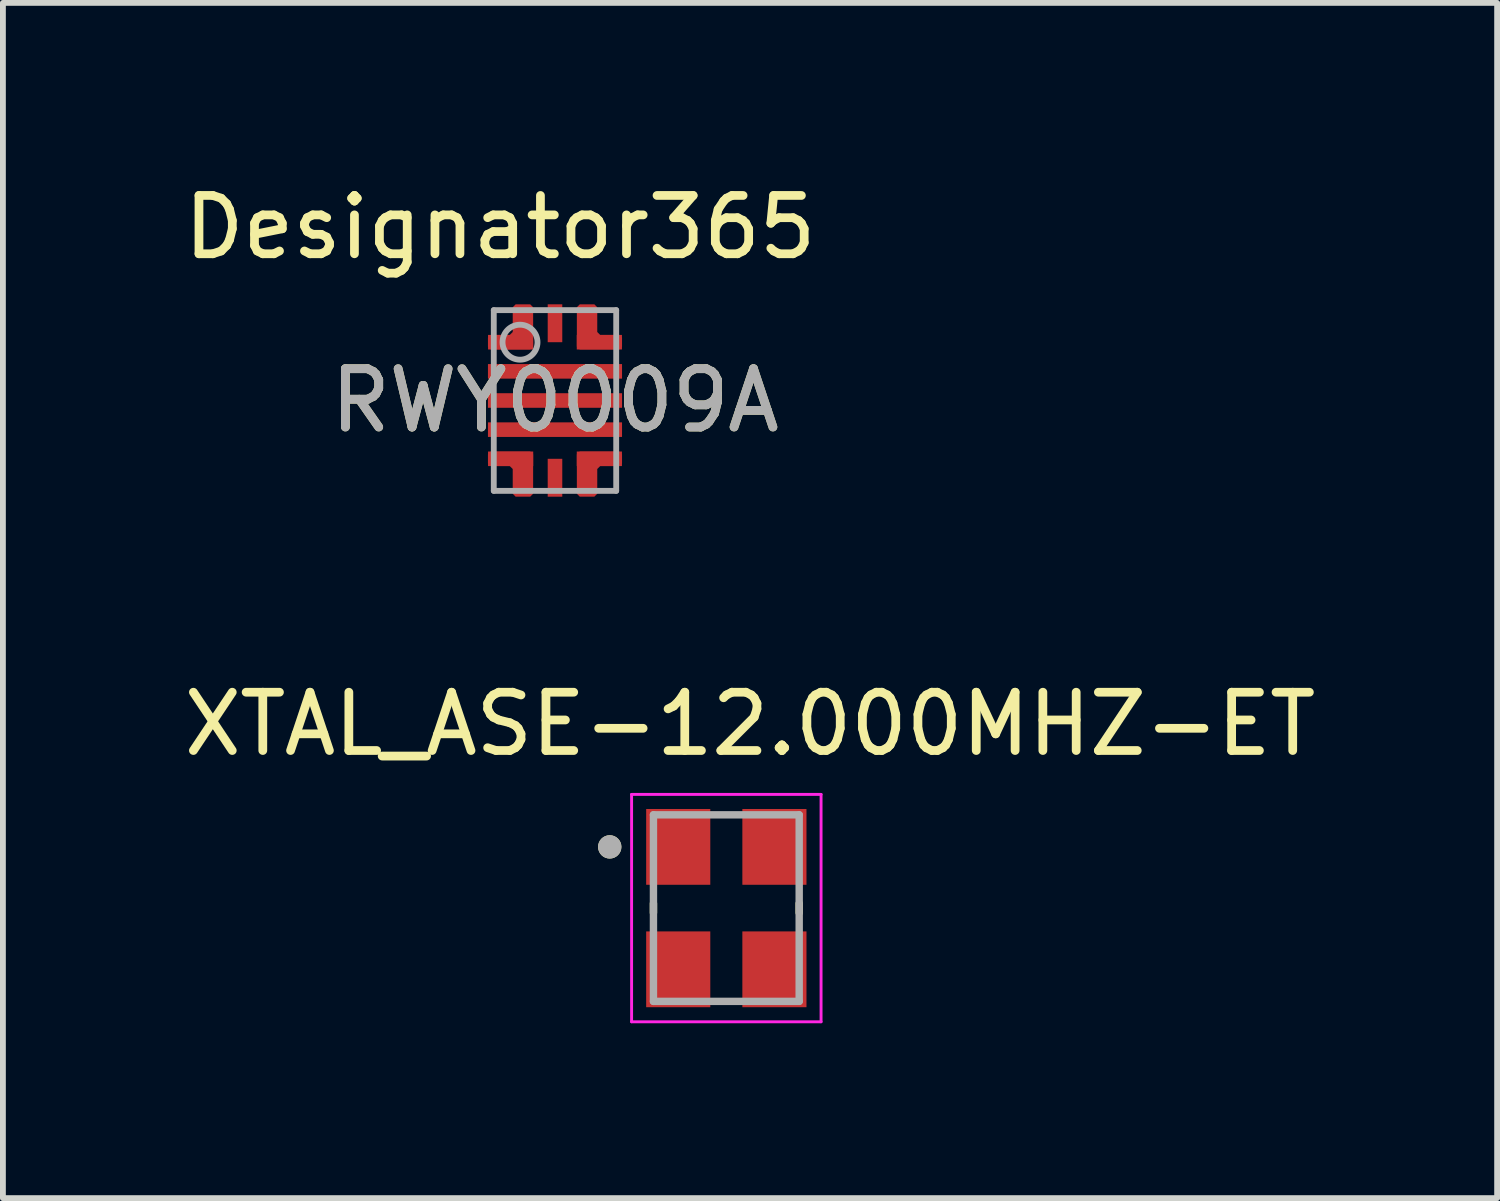
<source format=kicad_pcb>
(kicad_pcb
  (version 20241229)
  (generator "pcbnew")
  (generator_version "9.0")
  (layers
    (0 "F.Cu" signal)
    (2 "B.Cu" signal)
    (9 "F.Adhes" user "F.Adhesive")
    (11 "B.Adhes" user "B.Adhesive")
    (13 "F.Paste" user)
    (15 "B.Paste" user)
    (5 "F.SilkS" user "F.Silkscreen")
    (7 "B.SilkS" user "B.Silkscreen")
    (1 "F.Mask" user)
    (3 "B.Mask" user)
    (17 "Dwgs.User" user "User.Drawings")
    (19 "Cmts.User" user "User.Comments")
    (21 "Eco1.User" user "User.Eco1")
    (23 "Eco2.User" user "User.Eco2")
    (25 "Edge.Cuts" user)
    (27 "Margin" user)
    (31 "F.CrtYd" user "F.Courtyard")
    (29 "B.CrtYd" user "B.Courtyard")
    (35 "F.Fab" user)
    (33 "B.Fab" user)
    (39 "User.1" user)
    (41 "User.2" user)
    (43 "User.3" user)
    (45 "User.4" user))
  (footprint "RWY0009A"
    (layer "F.Cu")
    (at 6.47 3.82)
    (property "Reference" "RWY0009A" (at 0 0 0) (unlocked yes) (layer "F.SilkS") (effects (font (size 1 1) (thickness 0.15))))
    (attr smd)
    (fp_poly (pts (xy -1.15 -0.925) (xy -1.15 -1.075) (xy -1.1 -1.125) (xy -0.775 -1.125) (xy -0.725 -1.175) (xy -0.725 -1.6) (xy -0.675 -1.65) (xy -0.425 -1.65) (xy -0.375 -1.6) (xy -0.375 -0.925) (xy -0.425 -0.875) (xy -1.1 -0.875)) (stroke (width 0) (type solid)) (fill yes) (layer "F.Cu"))
    (fp_poly (pts (xy -1.1 1.125) (xy -1.15 1.075) (xy -1.15 0.925) (xy -1.1 0.875) (xy -0.425 0.875) (xy -0.375 0.925) (xy -0.375 1.6) (xy -0.425 1.65) (xy -0.675 1.65) (xy -0.725 1.6) (xy -0.725 1.175) (xy -0.775 1.125)) (stroke (width 0) (type solid)) (fill yes) (layer "F.Cu"))
    (fp_poly (pts (xy 0.375 -0.925) (xy 0.375 -1.6) (xy 0.425 -1.65) (xy 0.675 -1.65) (xy 0.725 -1.6) (xy 0.725 -1.175) (xy 0.775 -1.125) (xy 1.1 -1.125) (xy 1.15 -1.075) (xy 1.15 -0.925) (xy 1.1 -0.875) (xy 0.425 -0.875)) (stroke (width 0) (type solid)) (fill yes) (layer "F.Cu"))
    (fp_poly (pts (xy 0.375 1.6) (xy 0.425 1.65) (xy 0.675 1.65) (xy 0.725 1.6) (xy 0.725 1.175) (xy 0.775 1.125) (xy 1.1 1.125) (xy 1.15 1.075) (xy 1.15 0.925) (xy 1.1 0.875) (xy 0.425 0.875) (xy 0.375 0.925)) (stroke (width 0) (type solid)) (fill yes) (layer "F.Cu"))
    (fp_poly (pts (xy -1.186 -0.889) (xy -1.192 -0.897) (xy -1.197 -0.906) (xy -1.2 -0.915) (xy -1.201 -0.925) (xy -1.201 -1.075) (xy -1.2 -1.085) (xy -1.197 -1.094) (xy -1.192 -1.103) (xy -1.186 -1.111) (xy -1.136 -1.161) (xy -1.128 -1.167) (xy -1.119 -1.172) (xy -1.11 -1.175) (xy -1.1 -1.176) (xy -0.796 -1.176) (xy -0.776 -1.196) (xy -0.776 -1.6) (xy -0.775 -1.61) (xy -0.772 -1.619) (xy -0.767 -1.628) (xy -0.761 -1.636) (xy -0.711 -1.686) (xy -0.703 -1.692) (xy -0.694 -1.697) (xy -0.685 -1.7) (xy -0.675 -1.701) (xy -0.425 -1.701) (xy -0.415 -1.7) (xy -0.406 -1.697) (xy -0.397 -1.692) (xy -0.389 -1.686) (xy -0.339 -1.636) (xy -0.333 -1.628) (xy -0.328 -1.619) (xy -0.325 -1.61) (xy -0.324 -1.6) (xy -0.324 -0.925) (xy -0.325 -0.915) (xy -0.328 -0.906) (xy -0.333 -0.897) (xy -0.339 -0.889) (xy -0.389 -0.839) (xy -0.397 -0.833) (xy -0.406 -0.828) (xy -0.415 -0.825) (xy -0.425 -0.824) (xy -1.1 -0.824) (xy -1.11 -0.825) (xy -1.119 -0.828) (xy -1.128 -0.833) (xy -1.136 -0.839)) (stroke (width 0) (type solid)) (fill yes) (layer "F.Mask"))
    (fp_poly (pts (xy -1.1 1.176) (xy -1.11 1.175) (xy -1.119 1.172) (xy -1.128 1.167) (xy -1.136 1.161) (xy -1.186 1.111) (xy -1.192 1.103) (xy -1.197 1.094) (xy -1.2 1.085) (xy -1.201 1.075) (xy -1.201 0.925) (xy -1.2 0.915) (xy -1.197 0.906) (xy -1.192 0.897) (xy -1.186 0.889) (xy -1.136 0.839) (xy -1.128 0.833) (xy -1.119 0.828) (xy -1.11 0.825) (xy -1.1 0.824) (xy -0.425 0.824) (xy -0.415 0.825) (xy -0.406 0.828) (xy -0.397 0.833) (xy -0.389 0.839) (xy -0.339 0.889) (xy -0.333 0.897) (xy -0.328 0.906) (xy -0.325 0.915) (xy -0.324 0.925) (xy -0.324 1.6) (xy -0.325 1.61) (xy -0.328 1.619) (xy -0.333 1.628) (xy -0.339 1.636) (xy -0.389 1.686) (xy -0.397 1.692) (xy -0.406 1.697) (xy -0.415 1.7) (xy -0.425 1.701) (xy -0.675 1.701) (xy -0.685 1.7) (xy -0.694 1.697) (xy -0.703 1.692) (xy -0.711 1.686) (xy -0.761 1.636) (xy -0.767 1.628) (xy -0.772 1.619) (xy -0.775 1.61) (xy -0.776 1.6) (xy -0.776 1.196) (xy -0.796 1.176)) (stroke (width 0) (type solid)) (fill yes) (layer "F.Mask"))
    (fp_poly (pts (xy 0.324 1.6) (xy 0.324 0.925) (xy 0.325 0.915) (xy 0.328 0.906) (xy 0.333 0.897) (xy 0.339 0.889) (xy 0.389 0.839) (xy 0.397 0.833) (xy 0.406 0.828) (xy 0.415 0.825) (xy 0.425 0.824) (xy 1.1 0.824) (xy 1.11 0.825) (xy 1.119 0.828) (xy 1.128 0.833) (xy 1.136 0.839) (xy 1.186 0.889) (xy 1.192 0.897) (xy 1.197 0.906) (xy 1.2 0.915) (xy 1.201 0.925) (xy 1.201 1.075) (xy 1.2 1.085) (xy 1.197 1.094) (xy 1.192 1.103) (xy 1.186 1.111) (xy 1.136 1.161) (xy 1.128 1.167) (xy 1.119 1.172) (xy 1.11 1.175) (xy 1.1 1.176) (xy 0.796 1.176) (xy 0.776 1.196) (xy 0.776 1.6) (xy 0.775 1.61) (xy 0.772 1.619) (xy 0.767 1.628) (xy 0.761 1.636) (xy 0.711 1.686) (xy 0.703 1.692) (xy 0.694 1.697) (xy 0.685 1.7) (xy 0.675 1.701) (xy 0.425 1.701) (xy 0.415 1.7) (xy 0.406 1.697) (xy 0.397 1.692) (xy 0.389 1.686) (xy 0.339 1.636) (xy 0.333 1.628) (xy 0.328 1.619) (xy 0.325 1.61)) (stroke (width 0) (type solid)) (fill yes) (layer "F.Mask"))
    (fp_poly (pts (xy 0.339 -0.889) (xy 0.333 -0.897) (xy 0.328 -0.906) (xy 0.325 -0.915) (xy 0.324 -0.925) (xy 0.324 -1.6) (xy 0.325 -1.61) (xy 0.328 -1.619) (xy 0.333 -1.628) (xy 0.339 -1.636) (xy 0.389 -1.686) (xy 0.397 -1.692) (xy 0.406 -1.697) (xy 0.415 -1.7) (xy 0.425 -1.701) (xy 0.675 -1.701) (xy 0.685 -1.7) (xy 0.694 -1.697) (xy 0.703 -1.692) (xy 0.711 -1.686) (xy 0.761 -1.636) (xy 0.767 -1.628) (xy 0.772 -1.619) (xy 0.775 -1.61) (xy 0.776 -1.6) (xy 0.776 -1.196) (xy 0.796 -1.176) (xy 1.1 -1.176) (xy 1.11 -1.175) (xy 1.119 -1.172) (xy 1.128 -1.167) (xy 1.136 -1.161) (xy 1.186 -1.111) (xy 1.192 -1.103) (xy 1.197 -1.094) (xy 1.2 -1.085) (xy 1.201 -1.075) (xy 1.201 -0.925) (xy 1.2 -0.915) (xy 1.197 -0.906) (xy 1.192 -0.897) (xy 1.186 -0.889) (xy 1.136 -0.839) (xy 1.128 -0.833) (xy 1.119 -0.828) (xy 1.11 -0.825) (xy 1.1 -0.824) (xy 0.425 -0.824) (xy 0.415 -0.825) (xy 0.406 -0.828) (xy 0.397 -0.833) (xy 0.389 -0.839)) (stroke (width 0) (type solid)) (fill yes) (layer "F.Mask"))
    (fp_poly (pts (xy 0.375 -0.925) (xy 0.375 -1.6) (xy 0.425 -1.65) (xy 0.635 -1.65) (xy 0.685 -1.6) (xy 0.685 -1.175) (xy 0.775 -1.085) (xy 1.1 -1.085) (xy 1.15 -1.035) (xy 1.15 -0.925) (xy 1.1 -0.875) (xy 0.425 -0.875)) (stroke (width 0) (type solid)) (fill yes) (layer "F.Paste"))
    (fp_poly (pts (xy 0.375 1.6) (xy 0.425 1.65) (xy 0.635 1.65) (xy 0.685 1.6) (xy 0.685 1.175) (xy 0.775 1.085) (xy 1.1 1.085) (xy 1.15 1.035) (xy 1.15 0.925) (xy 1.1 0.875) (xy 0.425 0.875) (xy 0.375 0.925)) (stroke (width 0) (type solid)) (fill yes) (layer "F.Paste"))
    (fp_poly (pts (xy -1.15 -0.925) (xy -1.15 -1.035) (xy -1.15 -1.035) (xy -1.1 -1.085) (xy -0.775 -1.085) (xy -0.685 -1.175) (xy -0.685 -1.6) (xy -0.635 -1.65) (xy -0.425 -1.65) (xy -0.375 -1.6) (xy -0.375 -0.925) (xy -0.425 -0.875) (xy -1.1 -0.875)) (stroke (width 0) (type solid)) (fill yes) (layer "F.Paste"))
    (fp_poly (pts (xy -1.1 1.085) (xy -1.15 1.035) (xy -1.15 1.035) (xy -1.15 0.925) (xy -1.15 0.925) (xy -1.1 0.875) (xy -0.425 0.875) (xy -0.375 0.925) (xy -0.375 1.6) (xy -0.425 1.65) (xy -0.635 1.65) (xy -0.685 1.6) (xy -0.685 1.175) (xy -0.775 1.085)) (stroke (width 0) (type solid)) (fill yes) (layer "F.Paste"))
    (fp_poly (pts (xy -1.15 -0.425) (xy -1.15 -0.575) (xy -1.149 -0.585) (xy -1.146 -0.594) (xy -1.142 -0.603) (xy -1.135 -0.61) (xy -1.128 -0.617) (xy -1.119 -0.621) (xy -1.11 -0.624) (xy -1.1 -0.625) (xy -0.15 -0.625) (xy -0.14 -0.624) (xy -0.131 -0.621) (xy -0.122 -0.617) (xy -0.115 -0.61) (xy -0.108 -0.603) (xy -0.104 -0.594) (xy -0.101 -0.585) (xy -0.1 -0.575) (xy -0.1 -0.425) (xy -0.101 -0.415) (xy -0.104 -0.406) (xy -0.108 -0.397) (xy -0.115 -0.39) (xy -0.122 -0.383) (xy -0.131 -0.379) (xy -0.14 -0.376) (xy -0.15 -0.375) (xy -1.1 -0.375) (xy -1.11 -0.376) (xy -1.119 -0.379) (xy -1.128 -0.383) (xy -1.135 -0.39) (xy -1.142 -0.397) (xy -1.146 -0.406) (xy -1.149 -0.415)) (stroke (width 0) (type solid)) (fill yes) (layer "F.Paste"))
    (fp_poly (pts (xy -1.15 0.075) (xy -1.15 -0.075) (xy -1.149 -0.085) (xy -1.146 -0.094) (xy -1.142 -0.103) (xy -1.135 -0.11) (xy -1.128 -0.117) (xy -1.119 -0.121) (xy -1.11 -0.124) (xy -1.1 -0.125) (xy -0.15 -0.125) (xy -0.14 -0.124) (xy -0.131 -0.121) (xy -0.122 -0.117) (xy -0.115 -0.11) (xy -0.108 -0.103) (xy -0.104 -0.094) (xy -0.101 -0.085) (xy -0.1 -0.075) (xy -0.1 0.075) (xy -0.101 0.085) (xy -0.104 0.094) (xy -0.108 0.103) (xy -0.115 0.11) (xy -0.122 0.117) (xy -0.131 0.121) (xy -0.14 0.124) (xy -0.15 0.125) (xy -1.1 0.125) (xy -1.11 0.124) (xy -1.119 0.121) (xy -1.128 0.117) (xy -1.135 0.11) (xy -1.142 0.103) (xy -1.146 0.094) (xy -1.149 0.085)) (stroke (width 0) (type solid)) (fill yes) (layer "F.Paste"))
    (fp_poly (pts (xy -1.15 0.575) (xy -1.15 0.425) (xy -1.149 0.415) (xy -1.146 0.406) (xy -1.142 0.397) (xy -1.135 0.39) (xy -1.128 0.383) (xy -1.119 0.379) (xy -1.11 0.376) (xy -1.1 0.375) (xy -0.15 0.375) (xy -0.14 0.376) (xy -0.131 0.379) (xy -0.122 0.383) (xy -0.115 0.39) (xy -0.108 0.397) (xy -0.104 0.406) (xy -0.101 0.415) (xy -0.1 0.425) (xy -0.1 0.575) (xy -0.101 0.585) (xy -0.104 0.594) (xy -0.108 0.603) (xy -0.115 0.61) (xy -0.122 0.617) (xy -0.131 0.621) (xy -0.14 0.624) (xy -0.15 0.625) (xy -1.1 0.625) (xy -1.11 0.624) (xy -1.119 0.621) (xy -1.128 0.617) (xy -1.135 0.61) (xy -1.142 0.603) (xy -1.146 0.594) (xy -1.149 0.585)) (stroke (width 0) (type solid)) (fill yes) (layer "F.Paste"))
    (fp_poly (pts (xy 1.15 -0.575) (xy 1.15 -0.425) (xy 1.149 -0.415) (xy 1.146 -0.406) (xy 1.142 -0.397) (xy 1.135 -0.39) (xy 1.128 -0.383) (xy 1.119 -0.379) (xy 1.11 -0.376) (xy 1.1 -0.375) (xy 0.15 -0.375) (xy 0.14 -0.376) (xy 0.131 -0.379) (xy 0.122 -0.383) (xy 0.115 -0.39) (xy 0.108 -0.397) (xy 0.104 -0.406) (xy 0.101 -0.415) (xy 0.1 -0.425) (xy 0.1 -0.575) (xy 0.101 -0.585) (xy 0.104 -0.594) (xy 0.108 -0.603) (xy 0.115 -0.61) (xy 0.122 -0.617) (xy 0.131 -0.621) (xy 0.14 -0.624) (xy 0.15 -0.625) (xy 1.1 -0.625) (xy 1.11 -0.624) (xy 1.119 -0.621) (xy 1.128 -0.617) (xy 1.135 -0.61) (xy 1.142 -0.603) (xy 1.146 -0.594) (xy 1.149 -0.585)) (stroke (width 0) (type solid)) (fill yes) (layer "F.Paste"))
    (fp_poly (pts (xy 1.15 -0.075) (xy 1.15 0.075) (xy 1.149 0.085) (xy 1.146 0.094) (xy 1.142 0.103) (xy 1.135 0.11) (xy 1.128 0.117) (xy 1.119 0.121) (xy 1.11 0.124) (xy 1.1 0.125) (xy 0.15 0.125) (xy 0.14 0.124) (xy 0.131 0.121) (xy 0.122 0.117) (xy 0.115 0.11) (xy 0.108 0.103) (xy 0.104 0.094) (xy 0.101 0.085) (xy 0.1 0.075) (xy 0.1 -0.075) (xy 0.101 -0.085) (xy 0.104 -0.094) (xy 0.108 -0.103) (xy 0.115 -0.11) (xy 0.122 -0.117) (xy 0.131 -0.121) (xy 0.14 -0.124) (xy 0.15 -0.125) (xy 1.1 -0.125) (xy 1.11 -0.124) (xy 1.119 -0.121) (xy 1.128 -0.117) (xy 1.135 -0.11) (xy 1.142 -0.103) (xy 1.146 -0.094) (xy 1.149 -0.085)) (stroke (width 0) (type solid)) (fill yes) (layer "F.Paste"))
    (fp_poly (pts (xy 1.15 0.425) (xy 1.15 0.575) (xy 1.149 0.585) (xy 1.146 0.594) (xy 1.142 0.603) (xy 1.135 0.61) (xy 1.128 0.617) (xy 1.119 0.621) (xy 1.11 0.624) (xy 1.1 0.625) (xy 0.15 0.625) (xy 0.14 0.624) (xy 0.131 0.621) (xy 0.122 0.617) (xy 0.115 0.61) (xy 0.108 0.603) (xy 0.104 0.594) (xy 0.101 0.585) (xy 0.1 0.575) (xy 0.1 0.425) (xy 0.101 0.415) (xy 0.104 0.406) (xy 0.108 0.397) (xy 0.115 0.39) (xy 0.122 0.383) (xy 0.131 0.379) (xy 0.14 0.376) (xy 0.15 0.375) (xy 1.1 0.375) (xy 1.11 0.376) (xy 1.119 0.379) (xy 1.128 0.383) (xy 1.135 0.39) (xy 1.142 0.397) (xy 1.146 0.406) (xy 1.149 0.415)) (stroke (width 0) (type solid)) (fill yes) (layer "F.Paste"))
    (fp_line (start -1.05 -1.55) (end 1.05 -1.55) (stroke (width 0.1) (type solid)) (layer "F.Fab"))
    (fp_line (start -1.05 1.55) (end -1.05 -1.55) (stroke (width 0.1) (type solid)) (layer "F.Fab"))
    (fp_line (start -1.05 1.55) (end 1.05 1.55) (stroke (width 0.1) (type solid)) (layer "F.Fab"))
    (fp_line (start 1.05 1.55) (end 1.05 -1.55) (stroke (width 0.1) (type solid)) (layer "F.Fab"))
    (fp_circle (center -0.6 -1) (end -0.3 -1) (stroke (width 0.1) (type solid)) (fill no) (layer "F.Fab"))
    (fp_text user "Designator365" (at -0.94 -2.972 0) (unlocked yes) (layer "F.SilkS") (effects (font (size 1 1) (thickness 0.15))))
    (fp_text user "${REFERENCE}" (at 0 0 0) (unlocked yes) (layer "F.Fab") (effects (font (size 1 1) (thickness 0.15))))
    (pad "1" smd rect (at -0.761 -1) (size 0.775 0.25) (layers "F.Cu" "F.Mask"))
    (pad "2" smd rect (at 0 -0.5) (size 2.3 0.25) (layers "F.Cu" "F.Mask"))
    (pad "3" smd rect (at 0 0) (size 2.3 0.25) (layers "F.Cu" "F.Mask"))
    (pad "4" smd rect (at 0 0.5) (size 2.3 0.25) (layers "F.Cu" "F.Mask"))
    (pad "5" smd rect (at -0.761 1) (size 0.775 0.25) (layers "F.Cu" "F.Mask"))
    (pad "6" smd rect (at 0 1.325 90) (size 0.65 0.25) (layers "F.Cu" "F.Mask" "F.Paste"))
    (pad "7" smd rect (at 0.761 1) (size 0.775 0.25) (layers "F.Cu" "F.Mask"))
    (pad "8" smd rect (at 0.761 -1) (size 0.775 0.25) (layers "F.Cu" "F.Mask"))
    (pad "9" smd rect (at 0 -1.325 90) (size 0.65 0.25) (layers "F.Cu" "F.Mask" "F.Paste")))
  (footprint "XTAL_ASE-12.000MHZ-ET"
    (layer "F.Cu")
    (at 9.409 12.527)
    (property "Reference" "XTAL_ASE-12.000MHZ-ET" (at 0.406 -3.158 0) (layer "F.SilkS") (effects (font (size 1 1) (thickness 0.15))))
    (attr smd)
    (fp_line (start -1.25 -0.08) (end -1.25 0.08) (stroke (width 0.127) (type solid)) (layer "F.SilkS"))
    (fp_line (start 1.25 0.08) (end 1.25 -0.08) (stroke (width 0.127) (type solid)) (layer "F.SilkS"))
    (fp_circle (center -2 -1.05) (end -1.9 -1.05) (stroke (width 0.2) (type solid)) (fill no) (layer "F.SilkS"))
    (fp_line (start -1.625 -1.95) (end 1.625 -1.95) (stroke (width 0.05) (type solid)) (layer "F.CrtYd"))
    (fp_line (start -1.625 1.95) (end -1.625 -1.95) (stroke (width 0.05) (type solid)) (layer "F.CrtYd"))
    (fp_line (start 1.625 -1.95) (end 1.625 1.95) (stroke (width 0.05) (type solid)) (layer "F.CrtYd"))
    (fp_line (start 1.625 1.95) (end -1.625 1.95) (stroke (width 0.05) (type solid)) (layer "F.CrtYd"))
    (fp_line (start -1.25 -1.6) (end 1.25 -1.6) (stroke (width 0.127) (type solid)) (layer "F.Fab"))
    (fp_line (start -1.25 1.6) (end -1.25 -1.6) (stroke (width 0.127) (type solid)) (layer "F.Fab"))
    (fp_line (start 1.25 -1.6) (end 1.25 1.6) (stroke (width 0.127) (type solid)) (layer "F.Fab"))
    (fp_line (start 1.25 1.6) (end -1.25 1.6) (stroke (width 0.127) (type solid)) (layer "F.Fab"))
    (fp_circle (center -2 -1.05) (end -1.9 -1.05) (stroke (width 0.2) (type solid)) (fill no) (layer "F.Fab"))
    (pad "1" smd rect (at -0.825 -1.05) (size 1.1 1.3) (layers "F.Cu" "F.Mask" "F.Paste"))
    (pad "2" smd rect (at -0.825 1.05) (size 1.1 1.3) (layers "F.Cu" "F.Mask" "F.Paste"))
    (pad "3" smd rect (at 0.825 1.05) (size 1.1 1.3) (layers "F.Cu" "F.Mask" "F.Paste"))
    (pad "4" smd rect (at 0.825 -1.05) (size 1.1 1.3) (layers "F.Cu" "F.Mask" "F.Paste")))
  (gr_rect
    (start -3 -3)
    (end 22.631 17.502)
    (stroke (width 0.1) (type default))
    (fill no)
    (layer "Edge.Cuts")))
</source>
